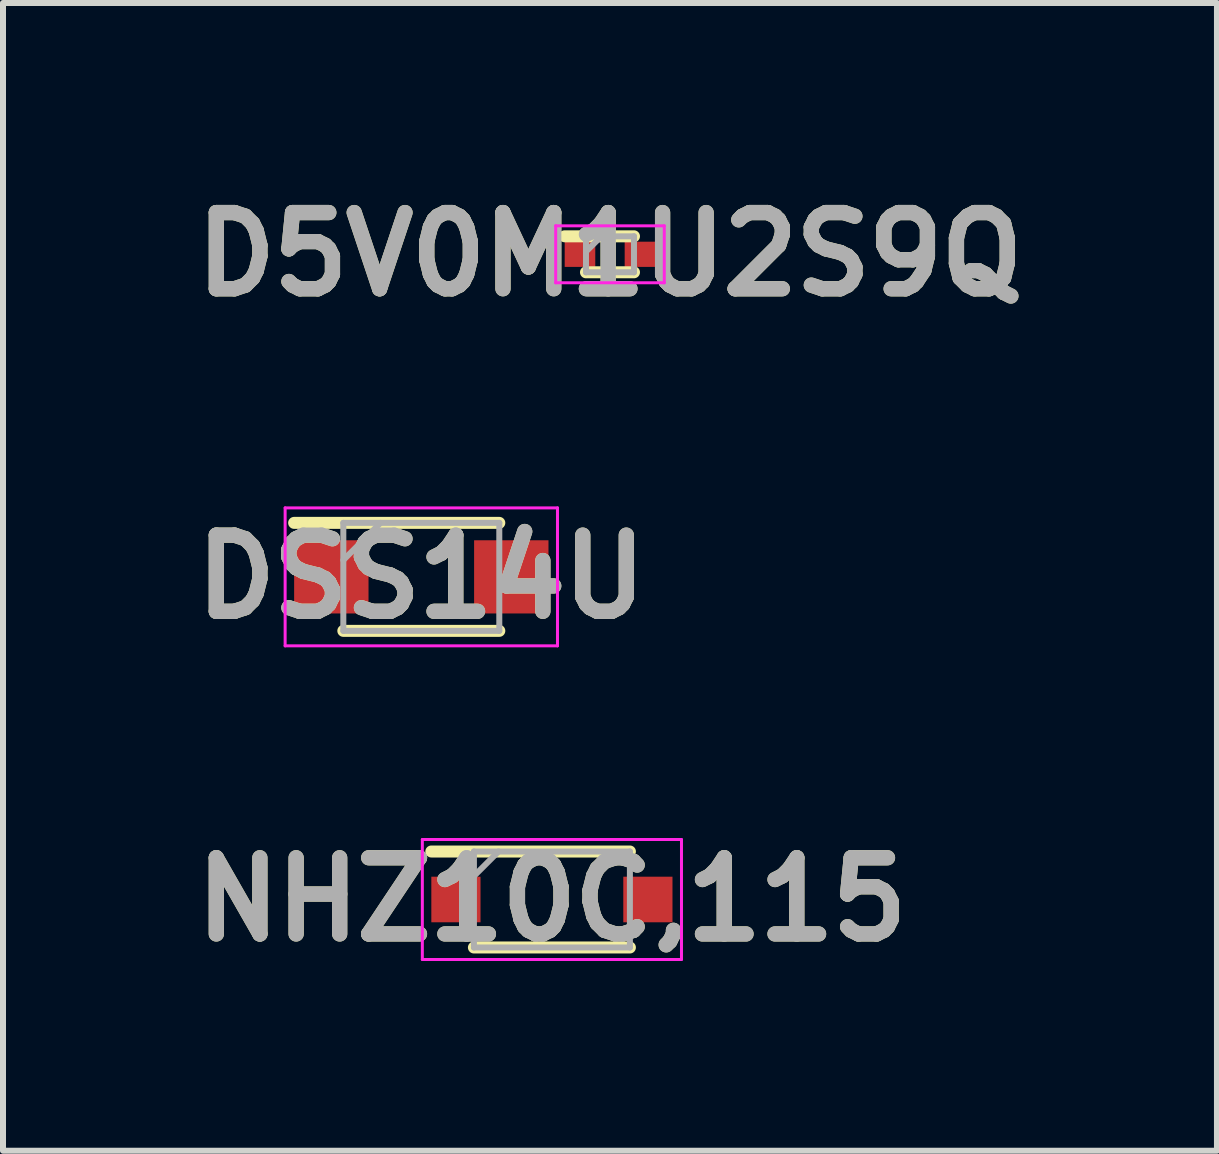
<source format=kicad_pcb>
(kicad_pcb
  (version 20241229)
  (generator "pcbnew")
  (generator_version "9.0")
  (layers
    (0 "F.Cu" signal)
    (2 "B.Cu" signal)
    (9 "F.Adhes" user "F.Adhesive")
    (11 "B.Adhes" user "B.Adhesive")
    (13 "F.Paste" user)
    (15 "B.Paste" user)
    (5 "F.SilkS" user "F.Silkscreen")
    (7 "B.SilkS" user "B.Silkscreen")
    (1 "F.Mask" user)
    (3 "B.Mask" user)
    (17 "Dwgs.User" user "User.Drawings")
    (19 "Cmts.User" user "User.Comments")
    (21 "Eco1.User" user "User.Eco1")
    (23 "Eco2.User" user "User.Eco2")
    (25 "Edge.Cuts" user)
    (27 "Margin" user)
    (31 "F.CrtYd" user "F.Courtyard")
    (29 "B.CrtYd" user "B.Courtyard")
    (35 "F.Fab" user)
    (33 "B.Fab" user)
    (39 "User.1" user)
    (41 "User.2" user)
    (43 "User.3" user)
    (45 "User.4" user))
  (footprint "NHZ10C,115"
    (layer "F.Cu")
    (at 6.15 11.944)
    (property "Reference" "NHZ10C,115" (at 0 0 0) (layer "F.SilkS") (effects (font (size 1.27 1.27) (thickness 0.254))))
    (attr smd)
    (fp_line (start -2.01 -0.8) (end 1.3 -0.8) (stroke (width 0.2) (type solid)) (layer "F.SilkS"))
    (fp_line (start -1.3 0.8) (end 1.3 0.8) (stroke (width 0.2) (type solid)) (layer "F.SilkS"))
    (fp_line (start -2.16 -1) (end 2.16 -1) (stroke (width 0.05) (type solid)) (layer "F.CrtYd"))
    (fp_line (start -2.16 1) (end -2.16 -1) (stroke (width 0.05) (type solid)) (layer "F.CrtYd"))
    (fp_line (start 2.16 -1) (end 2.16 1) (stroke (width 0.05) (type solid)) (layer "F.CrtYd"))
    (fp_line (start 2.16 1) (end -2.16 1) (stroke (width 0.05) (type solid)) (layer "F.CrtYd"))
    (fp_line (start -1.3 -0.8) (end 1.3 -0.8) (stroke (width 0.1) (type solid)) (layer "F.Fab"))
    (fp_line (start -1.3 -0.39) (end -0.89 -0.8) (stroke (width 0.1) (type solid)) (layer "F.Fab"))
    (fp_line (start -1.3 0.8) (end -1.3 -0.8) (stroke (width 0.1) (type solid)) (layer "F.Fab"))
    (fp_line (start 1.3 -0.8) (end 1.3 0.8) (stroke (width 0.1) (type solid)) (layer "F.Fab"))
    (fp_line (start 1.3 0.8) (end -1.3 0.8) (stroke (width 0.1) (type solid)) (layer "F.Fab"))
    (fp_text user "${REFERENCE}" (at 0 0 0) (layer "F.Fab") (effects (font (size 1.27 1.27) (thickness 0.254))))
    (pad "1" smd rect (at -1.6 0 90) (size 0.76 0.82) (layers "F.Cu" "F.Mask" "F.Paste"))
    (pad "2" smd rect (at 1.6 0 90) (size 0.76 0.82) (layers "F.Cu" "F.Mask" "F.Paste")))
  (footprint "D5V0M1U2S9Q"
    (layer "F.Cu")
    (at 7.118 1.189)
    (property "Reference" "D5V0M1U2S9Q" (at 0 0 0) (layer "F.SilkS") (effects (font (size 1.27 1.27) (thickness 0.254))))
    (attr smd)
    (fp_line (start -0.755 -0.3) (end 0.4 -0.3) (stroke (width 0.2) (type solid)) (layer "F.SilkS"))
    (fp_line (start -0.4 0.3) (end 0.4 0.3) (stroke (width 0.2) (type solid)) (layer "F.SilkS"))
    (fp_line (start -0.905 -0.475) (end 0.905 -0.475) (stroke (width 0.05) (type solid)) (layer "F.CrtYd"))
    (fp_line (start -0.905 0.475) (end -0.905 -0.475) (stroke (width 0.05) (type solid)) (layer "F.CrtYd"))
    (fp_line (start 0.905 -0.475) (end 0.905 0.475) (stroke (width 0.05) (type solid)) (layer "F.CrtYd"))
    (fp_line (start 0.905 0.475) (end -0.905 0.475) (stroke (width 0.05) (type solid)) (layer "F.CrtYd"))
    (fp_line (start -0.4 -0.3) (end 0.4 -0.3) (stroke (width 0.1) (type solid)) (layer "F.Fab"))
    (fp_line (start -0.4 -0.045) (end -0.145 -0.3) (stroke (width 0.1) (type solid)) (layer "F.Fab"))
    (fp_line (start -0.4 0.3) (end -0.4 -0.3) (stroke (width 0.1) (type solid)) (layer "F.Fab"))
    (fp_line (start 0.4 -0.3) (end 0.4 0.3) (stroke (width 0.1) (type solid)) (layer "F.Fab"))
    (fp_line (start 0.4 0.3) (end -0.4 0.3) (stroke (width 0.1) (type solid)) (layer "F.Fab"))
    (fp_text user "${REFERENCE}" (at 0 0 0) (layer "F.Fab") (effects (font (size 1.27 1.27) (thickness 0.254))))
    (pad "1" smd rect (at -0.5 0 90) (size 0.42 0.51) (layers "F.Cu" "F.Mask" "F.Paste"))
    (pad "2" smd rect (at 0.5 0 90) (size 0.42 0.51) (layers "F.Cu" "F.Mask" "F.Paste")))
  (footprint "DSS14U"
    (layer "F.Cu")
    (at 3.973 6.566)
    (property "Reference" "DSS14U" (at 0 0 0) (layer "F.SilkS") (effects (font (size 1.27 1.27) (thickness 0.254))))
    (attr smd)
    (fp_line (start -2.12 -0.9) (end 1.3 -0.9) (stroke (width 0.2) (type solid)) (layer "F.SilkS"))
    (fp_line (start -1.3 0.9) (end 1.3 0.9) (stroke (width 0.2) (type solid)) (layer "F.SilkS"))
    (fp_line (start -2.27 -1.15) (end 2.27 -1.15) (stroke (width 0.05) (type solid)) (layer "F.CrtYd"))
    (fp_line (start -2.27 1.15) (end -2.27 -1.15) (stroke (width 0.05) (type solid)) (layer "F.CrtYd"))
    (fp_line (start 2.27 -1.15) (end 2.27 1.15) (stroke (width 0.05) (type solid)) (layer "F.CrtYd"))
    (fp_line (start 2.27 1.15) (end -2.27 1.15) (stroke (width 0.05) (type solid)) (layer "F.CrtYd"))
    (fp_line (start -1.3 -0.9) (end 1.3 -0.9) (stroke (width 0.1) (type solid)) (layer "F.Fab"))
    (fp_line (start -1.3 -0.28) (end -0.68 -0.9) (stroke (width 0.1) (type solid)) (layer "F.Fab"))
    (fp_line (start -1.3 0.9) (end -1.3 -0.9) (stroke (width 0.1) (type solid)) (layer "F.Fab"))
    (fp_line (start 1.3 -0.9) (end 1.3 0.9) (stroke (width 0.1) (type solid)) (layer "F.Fab"))
    (fp_line (start 1.3 0.9) (end -1.3 0.9) (stroke (width 0.1) (type solid)) (layer "F.Fab"))
    (fp_text user "${REFERENCE}" (at 0 0 0) (layer "F.Fab") (effects (font (size 1.27 1.27) (thickness 0.254))))
    (pad "1" smd rect (at -1.5 0 90) (size 1.22 1.24) (layers "F.Cu" "F.Mask" "F.Paste"))
    (pad "2" smd rect (at 1.5 0 90) (size 1.22 1.24) (layers "F.Cu" "F.Mask" "F.Paste")))
  (gr_rect
    (start -3 -3)
    (end 17.236 16.132)
    (stroke (width 0.1) (type default))
    (fill no)
    (layer "Edge.Cuts")))
</source>
